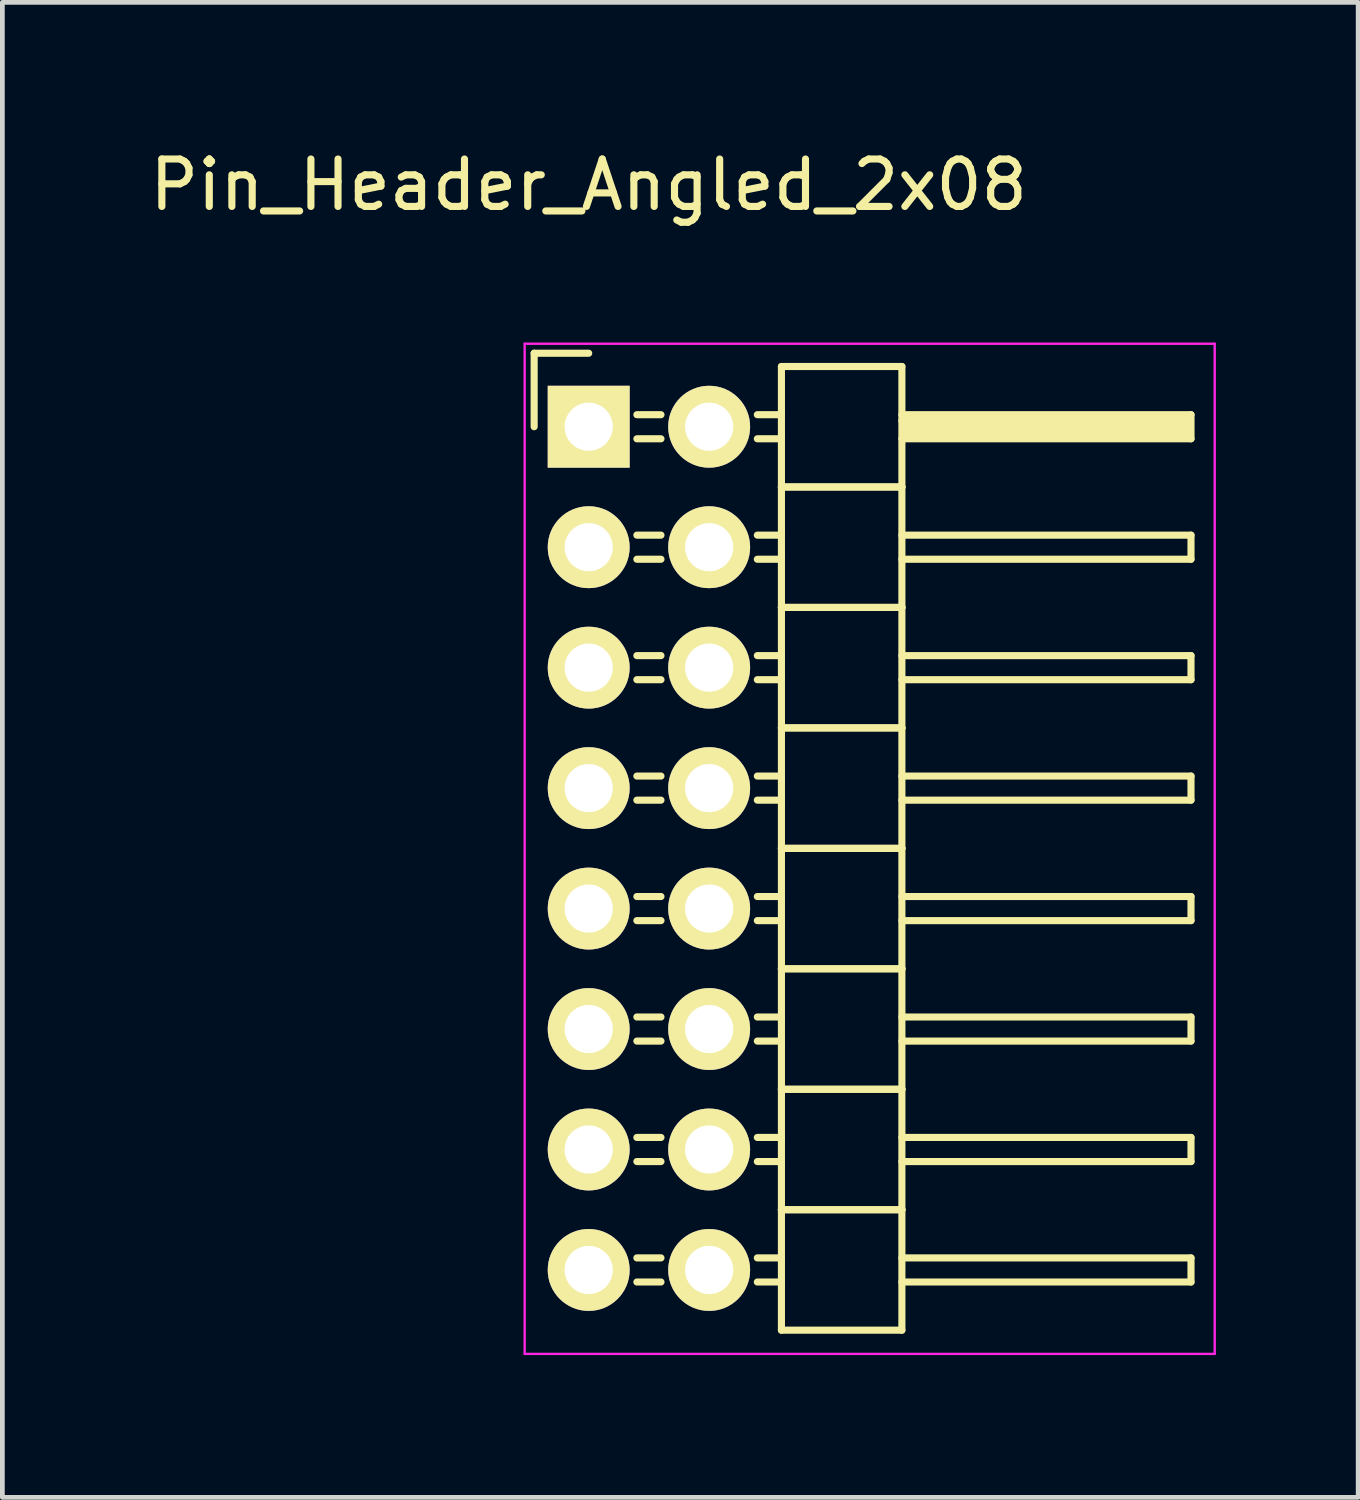
<source format=kicad_pcb>
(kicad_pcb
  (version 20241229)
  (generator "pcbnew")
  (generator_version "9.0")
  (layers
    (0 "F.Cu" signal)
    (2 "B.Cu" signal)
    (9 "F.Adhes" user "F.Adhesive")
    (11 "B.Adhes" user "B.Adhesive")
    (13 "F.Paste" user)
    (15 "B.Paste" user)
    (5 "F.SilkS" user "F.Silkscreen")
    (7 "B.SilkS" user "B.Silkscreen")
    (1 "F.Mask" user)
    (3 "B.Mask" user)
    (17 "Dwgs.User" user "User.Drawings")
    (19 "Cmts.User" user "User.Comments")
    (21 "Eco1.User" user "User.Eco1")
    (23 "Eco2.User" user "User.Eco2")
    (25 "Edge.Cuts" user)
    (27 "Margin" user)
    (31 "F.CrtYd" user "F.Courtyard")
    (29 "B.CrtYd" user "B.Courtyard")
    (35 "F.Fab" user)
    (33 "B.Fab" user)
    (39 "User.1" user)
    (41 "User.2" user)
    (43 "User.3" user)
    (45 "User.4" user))
  (footprint "Pin_Header_Angled_2x08"
    (layer "F.Cu")
    (at 9.363 5.948)
    (property "Reference" "Pin_Header_Angled_2x08" (at 0 -5.1 0) (layer "F.SilkS") (effects (font (size 1 1) (thickness 0.15))))
    (attr through_hole)
    (fp_line (start -1.15 -1.55) (end -1.15 0) (stroke (width 0.15) (type solid)) (layer "F.SilkS"))
    (fp_line (start 0 -1.55) (end -1.15 -1.55) (stroke (width 0.15) (type solid)) (layer "F.SilkS"))
    (fp_line (start 1.524 -0.254) (end 1.016 -0.254) (stroke (width 0.15) (type solid)) (layer "F.SilkS"))
    (fp_line (start 1.524 0.254) (end 1.016 0.254) (stroke (width 0.15) (type solid)) (layer "F.SilkS"))
    (fp_line (start 1.524 2.286) (end 1.016 2.286) (stroke (width 0.15) (type solid)) (layer "F.SilkS"))
    (fp_line (start 1.524 2.794) (end 1.016 2.794) (stroke (width 0.15) (type solid)) (layer "F.SilkS"))
    (fp_line (start 1.524 4.826) (end 1.016 4.826) (stroke (width 0.15) (type solid)) (layer "F.SilkS"))
    (fp_line (start 1.524 5.334) (end 1.016 5.334) (stroke (width 0.15) (type solid)) (layer "F.SilkS"))
    (fp_line (start 1.524 7.366) (end 1.016 7.366) (stroke (width 0.15) (type solid)) (layer "F.SilkS"))
    (fp_line (start 1.524 7.874) (end 1.016 7.874) (stroke (width 0.15) (type solid)) (layer "F.SilkS"))
    (fp_line (start 1.524 9.906) (end 1.016 9.906) (stroke (width 0.15) (type solid)) (layer "F.SilkS"))
    (fp_line (start 1.524 10.414) (end 1.016 10.414) (stroke (width 0.15) (type solid)) (layer "F.SilkS"))
    (fp_line (start 1.524 12.446) (end 1.016 12.446) (stroke (width 0.15) (type solid)) (layer "F.SilkS"))
    (fp_line (start 1.524 12.954) (end 1.016 12.954) (stroke (width 0.15) (type solid)) (layer "F.SilkS"))
    (fp_line (start 1.524 14.986) (end 1.016 14.986) (stroke (width 0.15) (type solid)) (layer "F.SilkS"))
    (fp_line (start 1.524 15.494) (end 1.016 15.494) (stroke (width 0.15) (type solid)) (layer "F.SilkS"))
    (fp_line (start 1.524 17.526) (end 1.016 17.526) (stroke (width 0.15) (type solid)) (layer "F.SilkS"))
    (fp_line (start 1.524 18.034) (end 1.016 18.034) (stroke (width 0.15) (type solid)) (layer "F.SilkS"))
    (fp_line (start 4.064 -1.27) (end 4.064 1.27) (stroke (width 0.15) (type solid)) (layer "F.SilkS"))
    (fp_line (start 4.064 -1.27) (end 6.604 -1.27) (stroke (width 0.15) (type solid)) (layer "F.SilkS"))
    (fp_line (start 4.064 -0.254) (end 3.556 -0.254) (stroke (width 0.15) (type solid)) (layer "F.SilkS"))
    (fp_line (start 4.064 0.254) (end 3.556 0.254) (stroke (width 0.15) (type solid)) (layer "F.SilkS"))
    (fp_line (start 4.064 1.27) (end 4.064 3.81) (stroke (width 0.15) (type solid)) (layer "F.SilkS"))
    (fp_line (start 4.064 1.27) (end 6.604 1.27) (stroke (width 0.15) (type solid)) (layer "F.SilkS"))
    (fp_line (start 4.064 1.27) (end 6.604 1.27) (stroke (width 0.15) (type solid)) (layer "F.SilkS"))
    (fp_line (start 4.064 2.286) (end 3.556 2.286) (stroke (width 0.15) (type solid)) (layer "F.SilkS"))
    (fp_line (start 4.064 2.794) (end 3.556 2.794) (stroke (width 0.15) (type solid)) (layer "F.SilkS"))
    (fp_line (start 4.064 3.81) (end 4.064 6.35) (stroke (width 0.15) (type solid)) (layer "F.SilkS"))
    (fp_line (start 4.064 3.81) (end 6.604 3.81) (stroke (width 0.15) (type solid)) (layer "F.SilkS"))
    (fp_line (start 4.064 3.81) (end 6.604 3.81) (stroke (width 0.15) (type solid)) (layer "F.SilkS"))
    (fp_line (start 4.064 4.826) (end 3.556 4.826) (stroke (width 0.15) (type solid)) (layer "F.SilkS"))
    (fp_line (start 4.064 5.334) (end 3.556 5.334) (stroke (width 0.15) (type solid)) (layer "F.SilkS"))
    (fp_line (start 4.064 6.35) (end 4.064 8.89) (stroke (width 0.15) (type solid)) (layer "F.SilkS"))
    (fp_line (start 4.064 6.35) (end 6.604 6.35) (stroke (width 0.15) (type solid)) (layer "F.SilkS"))
    (fp_line (start 4.064 6.35) (end 6.604 6.35) (stroke (width 0.15) (type solid)) (layer "F.SilkS"))
    (fp_line (start 4.064 7.366) (end 3.556 7.366) (stroke (width 0.15) (type solid)) (layer "F.SilkS"))
    (fp_line (start 4.064 7.874) (end 3.556 7.874) (stroke (width 0.15) (type solid)) (layer "F.SilkS"))
    (fp_line (start 4.064 8.89) (end 4.064 11.43) (stroke (width 0.15) (type solid)) (layer "F.SilkS"))
    (fp_line (start 4.064 8.89) (end 6.604 8.89) (stroke (width 0.15) (type solid)) (layer "F.SilkS"))
    (fp_line (start 4.064 8.89) (end 6.604 8.89) (stroke (width 0.15) (type solid)) (layer "F.SilkS"))
    (fp_line (start 4.064 9.906) (end 3.556 9.906) (stroke (width 0.15) (type solid)) (layer "F.SilkS"))
    (fp_line (start 4.064 10.414) (end 3.556 10.414) (stroke (width 0.15) (type solid)) (layer "F.SilkS"))
    (fp_line (start 4.064 11.43) (end 4.064 13.97) (stroke (width 0.15) (type solid)) (layer "F.SilkS"))
    (fp_line (start 4.064 11.43) (end 6.604 11.43) (stroke (width 0.15) (type solid)) (layer "F.SilkS"))
    (fp_line (start 4.064 11.43) (end 6.604 11.43) (stroke (width 0.15) (type solid)) (layer "F.SilkS"))
    (fp_line (start 4.064 12.446) (end 3.556 12.446) (stroke (width 0.15) (type solid)) (layer "F.SilkS"))
    (fp_line (start 4.064 12.954) (end 3.556 12.954) (stroke (width 0.15) (type solid)) (layer "F.SilkS"))
    (fp_line (start 4.064 13.97) (end 4.064 16.51) (stroke (width 0.15) (type solid)) (layer "F.SilkS"))
    (fp_line (start 4.064 13.97) (end 6.604 13.97) (stroke (width 0.15) (type solid)) (layer "F.SilkS"))
    (fp_line (start 4.064 13.97) (end 6.604 13.97) (stroke (width 0.15) (type solid)) (layer "F.SilkS"))
    (fp_line (start 4.064 14.986) (end 3.556 14.986) (stroke (width 0.15) (type solid)) (layer "F.SilkS"))
    (fp_line (start 4.064 15.494) (end 3.556 15.494) (stroke (width 0.15) (type solid)) (layer "F.SilkS"))
    (fp_line (start 4.064 16.51) (end 4.064 19.05) (stroke (width 0.15) (type solid)) (layer "F.SilkS"))
    (fp_line (start 4.064 16.51) (end 6.604 16.51) (stroke (width 0.15) (type solid)) (layer "F.SilkS"))
    (fp_line (start 4.064 16.51) (end 6.604 16.51) (stroke (width 0.15) (type solid)) (layer "F.SilkS"))
    (fp_line (start 4.064 17.526) (end 3.556 17.526) (stroke (width 0.15) (type solid)) (layer "F.SilkS"))
    (fp_line (start 4.064 18.034) (end 3.556 18.034) (stroke (width 0.15) (type solid)) (layer "F.SilkS"))
    (fp_line (start 4.064 19.05) (end 6.604 19.05) (stroke (width 0.15) (type solid)) (layer "F.SilkS"))
    (fp_line (start 6.604 -0.254) (end 12.7 -0.254) (stroke (width 0.15) (type solid)) (layer "F.SilkS"))
    (fp_line (start 6.604 -0.127) (end 12.573 -0.127) (stroke (width 0.15) (type solid)) (layer "F.SilkS"))
    (fp_line (start 6.604 1.27) (end 6.604 -1.27) (stroke (width 0.15) (type solid)) (layer "F.SilkS"))
    (fp_line (start 6.604 2.286) (end 12.7 2.286) (stroke (width 0.15) (type solid)) (layer "F.SilkS"))
    (fp_line (start 6.604 3.81) (end 6.604 1.27) (stroke (width 0.15) (type solid)) (layer "F.SilkS"))
    (fp_line (start 6.604 4.826) (end 12.7 4.826) (stroke (width 0.15) (type solid)) (layer "F.SilkS"))
    (fp_line (start 6.604 6.35) (end 6.604 3.81) (stroke (width 0.15) (type solid)) (layer "F.SilkS"))
    (fp_line (start 6.604 7.366) (end 12.7 7.366) (stroke (width 0.15) (type solid)) (layer "F.SilkS"))
    (fp_line (start 6.604 8.89) (end 6.604 6.35) (stroke (width 0.15) (type solid)) (layer "F.SilkS"))
    (fp_line (start 6.604 9.906) (end 12.7 9.906) (stroke (width 0.15) (type solid)) (layer "F.SilkS"))
    (fp_line (start 6.604 11.43) (end 6.604 8.89) (stroke (width 0.15) (type solid)) (layer "F.SilkS"))
    (fp_line (start 6.604 12.446) (end 12.7 12.446) (stroke (width 0.15) (type solid)) (layer "F.SilkS"))
    (fp_line (start 6.604 13.97) (end 6.604 11.43) (stroke (width 0.15) (type solid)) (layer "F.SilkS"))
    (fp_line (start 6.604 14.986) (end 12.7 14.986) (stroke (width 0.15) (type solid)) (layer "F.SilkS"))
    (fp_line (start 6.604 16.51) (end 6.604 13.97) (stroke (width 0.15) (type solid)) (layer "F.SilkS"))
    (fp_line (start 6.604 17.526) (end 12.7 17.526) (stroke (width 0.15) (type solid)) (layer "F.SilkS"))
    (fp_line (start 6.604 19.05) (end 6.604 16.51) (stroke (width 0.15) (type solid)) (layer "F.SilkS"))
    (fp_line (start 6.731 0) (end 12.573 0) (stroke (width 0.15) (type solid)) (layer "F.SilkS"))
    (fp_line (start 6.731 0.127) (end 6.731 0) (stroke (width 0.15) (type solid)) (layer "F.SilkS"))
    (fp_line (start 12.573 -0.127) (end 12.573 0.127) (stroke (width 0.15) (type solid)) (layer "F.SilkS"))
    (fp_line (start 12.573 0.127) (end 6.731 0.127) (stroke (width 0.15) (type solid)) (layer "F.SilkS"))
    (fp_line (start 12.7 -0.254) (end 12.7 0.254) (stroke (width 0.15) (type solid)) (layer "F.SilkS"))
    (fp_line (start 12.7 0.254) (end 6.604 0.254) (stroke (width 0.15) (type solid)) (layer "F.SilkS"))
    (fp_line (start 12.7 2.286) (end 12.7 2.794) (stroke (width 0.15) (type solid)) (layer "F.SilkS"))
    (fp_line (start 12.7 2.794) (end 6.604 2.794) (stroke (width 0.15) (type solid)) (layer "F.SilkS"))
    (fp_line (start 12.7 4.826) (end 12.7 5.334) (stroke (width 0.15) (type solid)) (layer "F.SilkS"))
    (fp_line (start 12.7 5.334) (end 6.604 5.334) (stroke (width 0.15) (type solid)) (layer "F.SilkS"))
    (fp_line (start 12.7 7.366) (end 12.7 7.874) (stroke (width 0.15) (type solid)) (layer "F.SilkS"))
    (fp_line (start 12.7 7.874) (end 6.604 7.874) (stroke (width 0.15) (type solid)) (layer "F.SilkS"))
    (fp_line (start 12.7 9.906) (end 12.7 10.414) (stroke (width 0.15) (type solid)) (layer "F.SilkS"))
    (fp_line (start 12.7 10.414) (end 6.604 10.414) (stroke (width 0.15) (type solid)) (layer "F.SilkS"))
    (fp_line (start 12.7 12.446) (end 12.7 12.954) (stroke (width 0.15) (type solid)) (layer "F.SilkS"))
    (fp_line (start 12.7 12.954) (end 6.604 12.954) (stroke (width 0.15) (type solid)) (layer "F.SilkS"))
    (fp_line (start 12.7 14.986) (end 12.7 15.494) (stroke (width 0.15) (type solid)) (layer "F.SilkS"))
    (fp_line (start 12.7 15.494) (end 6.604 15.494) (stroke (width 0.15) (type solid)) (layer "F.SilkS"))
    (fp_line (start 12.7 17.526) (end 12.7 18.034) (stroke (width 0.15) (type solid)) (layer "F.SilkS"))
    (fp_line (start 12.7 18.034) (end 6.604 18.034) (stroke (width 0.15) (type solid)) (layer "F.SilkS"))
    (fp_line (start -1.35 -1.75) (end -1.35 19.55) (stroke (width 0.05) (type solid)) (layer "F.CrtYd"))
    (fp_line (start -1.35 -1.75) (end 13.2 -1.75) (stroke (width 0.05) (type solid)) (layer "F.CrtYd"))
    (fp_line (start -1.35 19.55) (end 13.2 19.55) (stroke (width 0.05) (type solid)) (layer "F.CrtYd"))
    (fp_line (start 13.2 -1.75) (end 13.2 19.55) (stroke (width 0.05) (type solid)) (layer "F.CrtYd"))
    (pad "1" thru_hole rect (at 0 0) (size 1.727 1.727) (drill 1.016) (layers "*.Cu" "*.Mask" "F.SilkS"))
    (pad "2" thru_hole oval (at 2.54 0) (size 1.727 1.727) (drill 1.016) (layers "*.Cu" "*.Mask" "F.SilkS"))
    (pad "3" thru_hole oval (at 0 2.54) (size 1.727 1.727) (drill 1.016) (layers "*.Cu" "*.Mask" "F.SilkS"))
    (pad "4" thru_hole oval (at 2.54 2.54) (size 1.727 1.727) (drill 1.016) (layers "*.Cu" "*.Mask" "F.SilkS"))
    (pad "5" thru_hole oval (at 0 5.08) (size 1.727 1.727) (drill 1.016) (layers "*.Cu" "*.Mask" "F.SilkS"))
    (pad "6" thru_hole oval (at 2.54 5.08) (size 1.727 1.727) (drill 1.016) (layers "*.Cu" "*.Mask" "F.SilkS"))
    (pad "7" thru_hole oval (at 0 7.62) (size 1.727 1.727) (drill 1.016) (layers "*.Cu" "*.Mask" "F.SilkS"))
    (pad "8" thru_hole oval (at 2.54 7.62) (size 1.727 1.727) (drill 1.016) (layers "*.Cu" "*.Mask" "F.SilkS"))
    (pad "9" thru_hole oval (at 0 10.16) (size 1.727 1.727) (drill 1.016) (layers "*.Cu" "*.Mask" "F.SilkS"))
    (pad "10" thru_hole oval (at 2.54 10.16) (size 1.727 1.727) (drill 1.016) (layers "*.Cu" "*.Mask" "F.SilkS"))
    (pad "11" thru_hole oval (at 0 12.7) (size 1.727 1.727) (drill 1.016) (layers "*.Cu" "*.Mask" "F.SilkS"))
    (pad "12" thru_hole oval (at 2.54 12.7) (size 1.727 1.727) (drill 1.016) (layers "*.Cu" "*.Mask" "F.SilkS"))
    (pad "13" thru_hole oval (at 0 15.24) (size 1.727 1.727) (drill 1.016) (layers "*.Cu" "*.Mask" "F.SilkS"))
    (pad "14" thru_hole oval (at 2.54 15.24) (size 1.727 1.727) (drill 1.016) (layers "*.Cu" "*.Mask" "F.SilkS"))
    (pad "15" thru_hole oval (at 0 17.78) (size 1.727 1.727) (drill 1.016) (layers "*.Cu" "*.Mask" "F.SilkS"))
    (pad "16" thru_hole oval (at 2.54 17.78) (size 1.727 1.727) (drill 1.016) (layers "*.Cu" "*.Mask" "F.SilkS")))
  (gr_rect
    (start -3 -3)
    (end 25.588 28.523)
    (stroke (width 0.1) (type default))
    (fill no)
    (layer "Edge.Cuts")))
</source>
